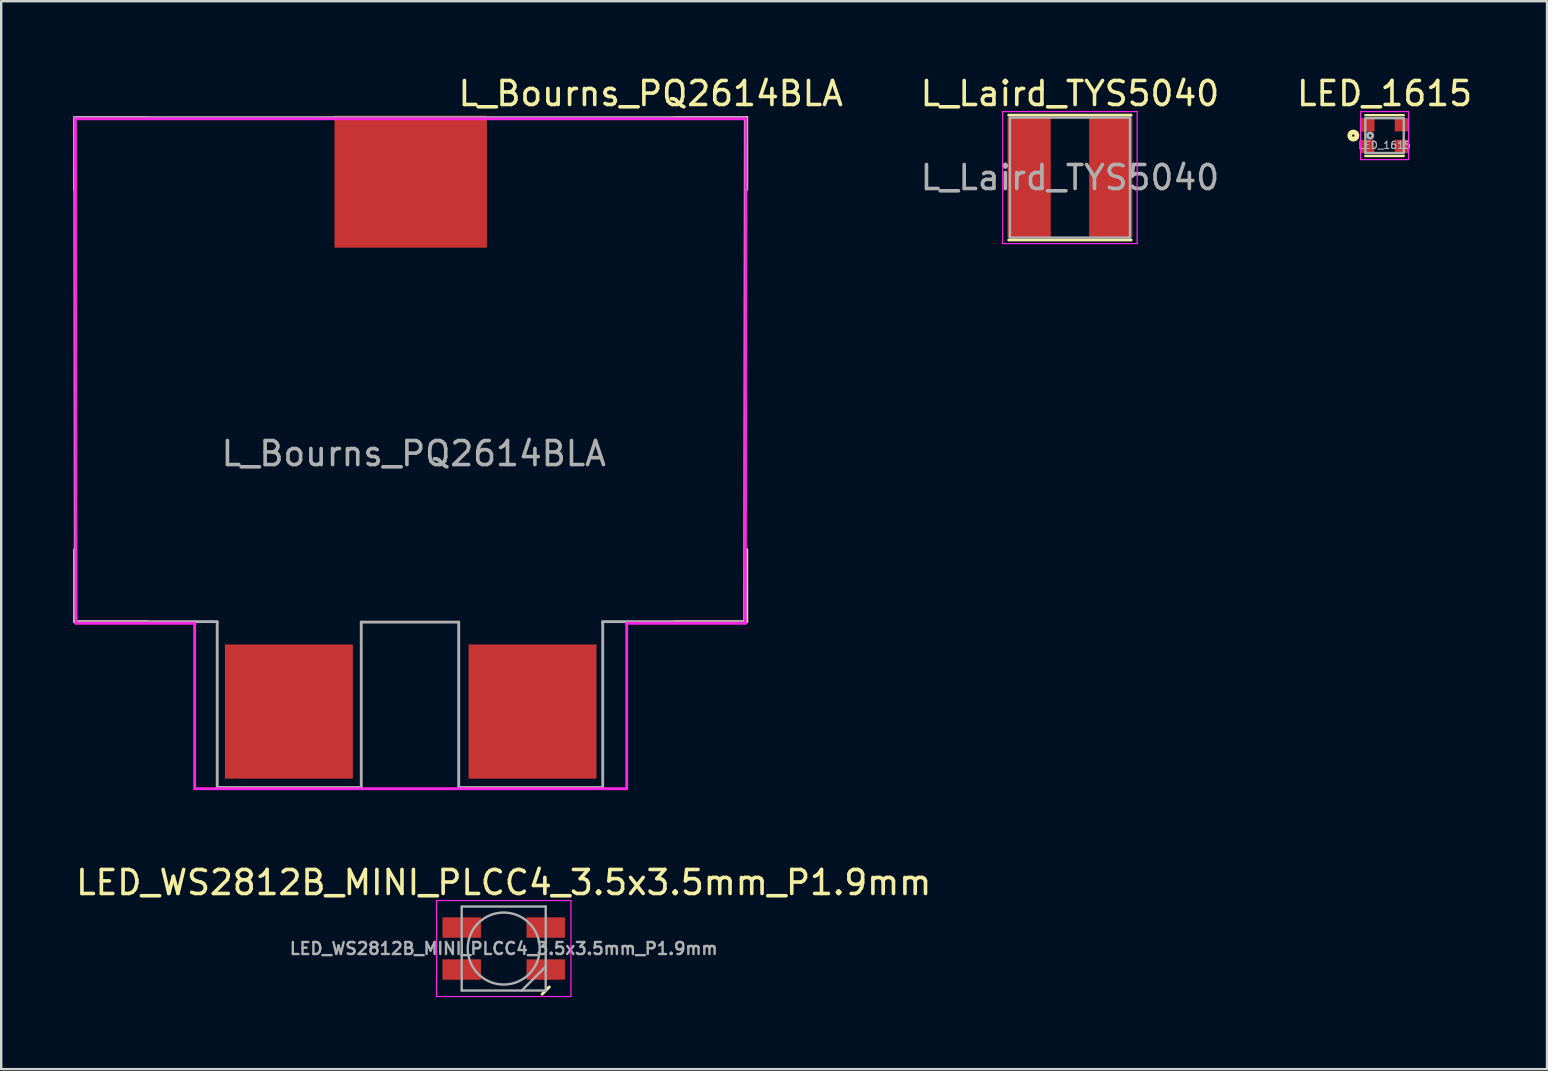
<source format=kicad_pcb>
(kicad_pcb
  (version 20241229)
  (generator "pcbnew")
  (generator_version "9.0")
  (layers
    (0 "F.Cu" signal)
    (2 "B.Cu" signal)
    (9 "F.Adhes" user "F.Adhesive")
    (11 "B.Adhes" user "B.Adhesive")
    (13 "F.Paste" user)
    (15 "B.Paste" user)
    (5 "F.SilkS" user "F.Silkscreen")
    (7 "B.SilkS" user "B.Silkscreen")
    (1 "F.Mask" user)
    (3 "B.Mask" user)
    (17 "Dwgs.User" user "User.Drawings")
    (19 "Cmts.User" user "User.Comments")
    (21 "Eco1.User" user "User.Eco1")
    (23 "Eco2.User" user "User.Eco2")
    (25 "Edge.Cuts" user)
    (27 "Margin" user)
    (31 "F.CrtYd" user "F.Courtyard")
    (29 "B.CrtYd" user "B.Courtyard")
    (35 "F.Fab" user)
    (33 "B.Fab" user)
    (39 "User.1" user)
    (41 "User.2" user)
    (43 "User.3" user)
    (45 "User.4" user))
  (footprint "L_Bourns_PQ2614BLA"
    (layer "F.Cu")
    (at 14.06 15.848)
    (property "Reference" "L_Bourns_PQ2614BLA" (at 10 -15 0) (layer "F.SilkS") (effects (font (size 1 1) (thickness 0.15))))
    (attr smd)
    (fp_line (start -14 -14) (end -14 -11) (stroke (width 0.12) (type solid)) (layer "F.SilkS"))
    (fp_line (start -14 -14) (end -11 -14) (stroke (width 0.12) (type solid)) (layer "F.SilkS"))
    (fp_line (start -14 7) (end -14 4) (stroke (width 0.12) (type solid)) (layer "F.SilkS"))
    (fp_line (start -14 7) (end -11 7) (stroke (width 0.12) (type solid)) (layer "F.SilkS"))
    (fp_line (start 14 -14) (end 11 -14) (stroke (width 0.12) (type solid)) (layer "F.SilkS"))
    (fp_line (start 14 -14) (end 14 -11) (stroke (width 0.12) (type solid)) (layer "F.SilkS"))
    (fp_line (start 14 7) (end 11 7) (stroke (width 0.12) (type solid)) (layer "F.SilkS"))
    (fp_line (start 14 7) (end 14 4) (stroke (width 0.12) (type solid)) (layer "F.SilkS"))
    (fp_line (start -13.97 -13.95) (end -13.94 7.07) (stroke (width 0.12) (type solid)) (layer "F.CrtYd"))
    (fp_line (start -13.94 7.07) (end -9 7.07) (stroke (width 0.12) (type solid)) (layer "F.CrtYd"))
    (fp_line (start -9 7.07) (end -9 13.96) (stroke (width 0.12) (type solid)) (layer "F.CrtYd"))
    (fp_line (start -9 13.96) (end 9 13.96) (stroke (width 0.12) (type solid)) (layer "F.CrtYd"))
    (fp_line (start 9 7.07) (end 9 13.96) (stroke (width 0.12) (type solid)) (layer "F.CrtYd"))
    (fp_line (start 13.94 7.07) (end 9 7.07) (stroke (width 0.12) (type solid)) (layer "F.CrtYd"))
    (fp_line (start 13.94 7.07) (end 13.97 -13.95) (stroke (width 0.12) (type solid)) (layer "F.CrtYd"))
    (fp_line (start 13.97 -13.95) (end -13.97 -13.95) (stroke (width 0.12) (type solid)) (layer "F.CrtYd"))
    (fp_line (start -14 -14) (end -13.97 7.02) (stroke (width 0.12) (type solid)) (layer "F.Fab"))
    (fp_line (start -13.97 7) (end -8.06 7) (stroke (width 0.12) (type solid)) (layer "F.Fab"))
    (fp_line (start -8.06 7.02) (end -8.06 13.91) (stroke (width 0.12) (type solid)) (layer "F.Fab"))
    (fp_line (start -2.06 7.02) (end -2.06 13.91) (stroke (width 0.12) (type solid)) (layer "F.Fab"))
    (fp_line (start -2.06 7.02) (end 2 7.02) (stroke (width 0.12) (type solid)) (layer "F.Fab"))
    (fp_line (start -2.06 13.91) (end -8.06 13.91) (stroke (width 0.12) (type solid)) (layer "F.Fab"))
    (fp_line (start 2 7.02) (end 2 13.91) (stroke (width 0.12) (type solid)) (layer "F.Fab"))
    (fp_line (start 2 13.91) (end 8 13.91) (stroke (width 0.12) (type solid)) (layer "F.Fab"))
    (fp_line (start 8 7.02) (end 8 13.91) (stroke (width 0.12) (type solid)) (layer "F.Fab"))
    (fp_line (start 13.91 7) (end 8 7) (stroke (width 0.12) (type solid)) (layer "F.Fab"))
    (fp_line (start 13.91 7.02) (end 13.94 -14) (stroke (width 0.12) (type solid)) (layer "F.Fab"))
    (fp_line (start 13.94 -14) (end -14 -14) (stroke (width 0.12) (type solid)) (layer "F.Fab"))
    (fp_text user "${REFERENCE}" (at 0.127 0 0) (layer "F.Fab") (effects (font (size 1 1) (thickness 0.15))))
    (pad "" smd rect (at 0 -11.33) (size 6.35 5.5) (layers "F.Cu" "F.Mask" "F.Paste"))
    (pad "1" smd rect (at -5.075 10.745) (size 5.33 5.59) (layers "F.Cu" "F.Mask" "F.Paste"))
    (pad "2" smd rect (at 5.075 10.745) (size 5.33 5.59) (layers "F.Cu" "F.Mask" "F.Paste")))
  (footprint "LED_WS2812B_MINI_PLCC4_3.5x3.5mm_P1.9mm"
    (layer "F.Cu")
    (at 17.935 36.467)
    (property "Reference" "LED_WS2812B_MINI_PLCC4_3.5x3.5mm_P1.9mm" (at 0 -2.75 0) (layer "F.SilkS") (effects (font (size 1 1) (thickness 0.15))))
    (attr smd)
    (fp_line (start 1.6 1.9) (end 1.9 1.6) (stroke (width 0.12) (type solid)) (layer "F.SilkS"))
    (fp_line (start -2.8 -2) (end -2.8 2) (stroke (width 0.05) (type solid)) (layer "F.CrtYd"))
    (fp_line (start -2.8 2) (end 2.8 2) (stroke (width 0.05) (type solid)) (layer "F.CrtYd"))
    (fp_line (start 2.8 -2) (end -2.8 -2) (stroke (width 0.05) (type solid)) (layer "F.CrtYd"))
    (fp_line (start 2.8 2) (end 2.8 -2) (stroke (width 0.05) (type solid)) (layer "F.CrtYd"))
    (fp_line (start -1.75 -1.75) (end -1.75 1.75) (stroke (width 0.1) (type solid)) (layer "F.Fab"))
    (fp_line (start -1.75 1.75) (end 1.75 1.75) (stroke (width 0.1) (type solid)) (layer "F.Fab"))
    (fp_line (start 1.75 -1.75) (end -1.75 -1.75) (stroke (width 0.1) (type solid)) (layer "F.Fab"))
    (fp_line (start 1.75 0.75) (end 0.75 1.75) (stroke (width 0.1) (type solid)) (layer "F.Fab"))
    (fp_line (start 1.75 1.75) (end 1.75 -1.75) (stroke (width 0.1) (type solid)) (layer "F.Fab"))
    (fp_circle (center 0 0) (end 0 -1.5) (stroke (width 0.1) (type solid)) (fill no) (layer "F.Fab"))
    (fp_text user "${REFERENCE}" (at 0 0 0) (layer "F.Fab") (effects (font (size 0.5 0.5) (thickness 0.1))))
    (pad "1" smd rect (at -1.75 -0.875) (size 1.6 0.85) (layers "F.Cu" "F.Mask" "F.Paste"))
    (pad "2" smd rect (at -1.75 0.875) (size 1.6 0.85) (layers "F.Cu" "F.Mask" "F.Paste"))
    (pad "3" smd rect (at 1.75 0.875) (size 1.6 0.85) (layers "F.Cu" "F.Mask" "F.Paste"))
    (pad "4" smd rect (at 1.75 -0.875) (size 1.6 0.85) (layers "F.Cu" "F.Mask" "F.Paste")))
  (footprint "L_Laird_TYS5040"
    (layer "F.Cu")
    (at 41.524 4.348)
    (property "Reference" "L_Laird_TYS5040" (at 0 -3.5 0) (layer "F.SilkS") (effects (font (size 1 1) (thickness 0.15))))
    (attr smd)
    (fp_line (start -2.55 -2.6) (end 2.55 -2.6) (stroke (width 0.12) (type solid)) (layer "F.SilkS"))
    (fp_line (start -2.55 2.6) (end 2.55 2.6) (stroke (width 0.12) (type solid)) (layer "F.SilkS"))
    (fp_line (start -2.8 -2.75) (end -2.8 2.75) (stroke (width 0.05) (type solid)) (layer "F.CrtYd"))
    (fp_line (start -2.8 2.75) (end 2.8 2.75) (stroke (width 0.05) (type solid)) (layer "F.CrtYd"))
    (fp_line (start 2.8 -2.75) (end -2.8 -2.75) (stroke (width 0.05) (type solid)) (layer "F.CrtYd"))
    (fp_line (start 2.8 2.75) (end 2.8 -2.75) (stroke (width 0.05) (type solid)) (layer "F.CrtYd"))
    (fp_line (start -2.5 -2.5) (end -2.5 2.5) (stroke (width 0.1) (type solid)) (layer "F.Fab"))
    (fp_line (start -2.5 2.5) (end 2.5 2.5) (stroke (width 0.1) (type solid)) (layer "F.Fab"))
    (fp_line (start 2.5 -2.5) (end -2.5 -2.5) (stroke (width 0.1) (type solid)) (layer "F.Fab"))
    (fp_line (start 2.5 2.5) (end 2.5 -2.5) (stroke (width 0.1) (type solid)) (layer "F.Fab"))
    (fp_text user "${REFERENCE}" (at 0 0 0) (layer "F.Fab") (effects (font (size 1 1) (thickness 0.15))))
    (pad "1" smd rect (at -1.7 0) (size 1.8 5) (layers "F.Cu" "F.Mask" "F.Paste"))
    (pad "2" smd rect (at 1.7 0) (size 1.8 5) (layers "F.Cu" "F.Mask" "F.Paste")))
  (footprint "LED_1615"
    (layer "F.Cu")
    (at 54.631 2.598)
    (property "Reference" "LED_1615" (at 0 -1.75 0) (layer "F.SilkS") (effects (font (size 1 1) (thickness 0.15))))
    (attr smd)
    (fp_line (start -0.8 0.85) (end 0.8 0.85) (stroke (width 0.1) (type solid)) (layer "F.SilkS"))
    (fp_line (start 0.8 -0.85) (end -0.8 -0.85) (stroke (width 0.1) (type solid)) (layer "F.SilkS"))
    (fp_circle (center -1.3 0) (end -1.25 0) (stroke (width 0.2) (type solid)) (fill no) (layer "F.SilkS"))
    (fp_line (start -1 -1) (end 1 -1) (stroke (width 0.05) (type solid)) (layer "F.CrtYd"))
    (fp_line (start -1 1) (end -1 -1) (stroke (width 0.05) (type solid)) (layer "F.CrtYd"))
    (fp_line (start 1 -1) (end 1 1) (stroke (width 0.05) (type solid)) (layer "F.CrtYd"))
    (fp_line (start 1 1) (end -1 1) (stroke (width 0.05) (type solid)) (layer "F.CrtYd"))
    (fp_line (start -0.8 -0.725) (end -0.8 0.725) (stroke (width 0.1) (type solid)) (layer "F.Fab"))
    (fp_line (start -0.8 -0.725) (end 0.8 -0.725) (stroke (width 0.1) (type solid)) (layer "F.Fab"))
    (fp_line (start 0.8 -0.725) (end 0.8 0.725) (stroke (width 0.1) (type solid)) (layer "F.Fab"))
    (fp_line (start 0.8 0.725) (end -0.8 0.725) (stroke (width 0.1) (type solid)) (layer "F.Fab"))
    (fp_circle (center -0.6 0) (end -0.55 0) (stroke (width 0.12) (type solid)) (fill no) (layer "F.Fab"))
    (fp_text user "${REFERENCE}" (at 0 0.4 0) (layer "F.Fab") (effects (font (size 0.3 0.3) (thickness 0.05))))
    (pad "1" smd rect (at -0.725 -0.45) (size 0.6 0.55) (layers "F.Cu" "F.Mask" "F.Paste"))
    (pad "1" smd rect (at -0.725 -0.45) (size 0.6 0.55) (layers "F.Cu" "F.Mask" "F.Paste"))
    (pad "2" smd rect (at 0.725 -0.45) (size 0.6 0.55) (layers "F.Cu" "F.Mask" "F.Paste"))
    (pad "3" smd rect (at -0.725 0.45) (size 0.6 0.55) (layers "F.Cu" "F.Mask" "F.Paste"))
    (pad "4" smd rect (at 0.725 0.45 180) (size 0.6 0.55) (layers "F.Cu" "F.Mask" "F.Paste")))
  (gr_rect
    (start -3 -3)
    (end 61.399 41.492)
    (stroke (width 0.1) (type default))
    (fill no)
    (layer "Edge.Cuts")))
</source>
